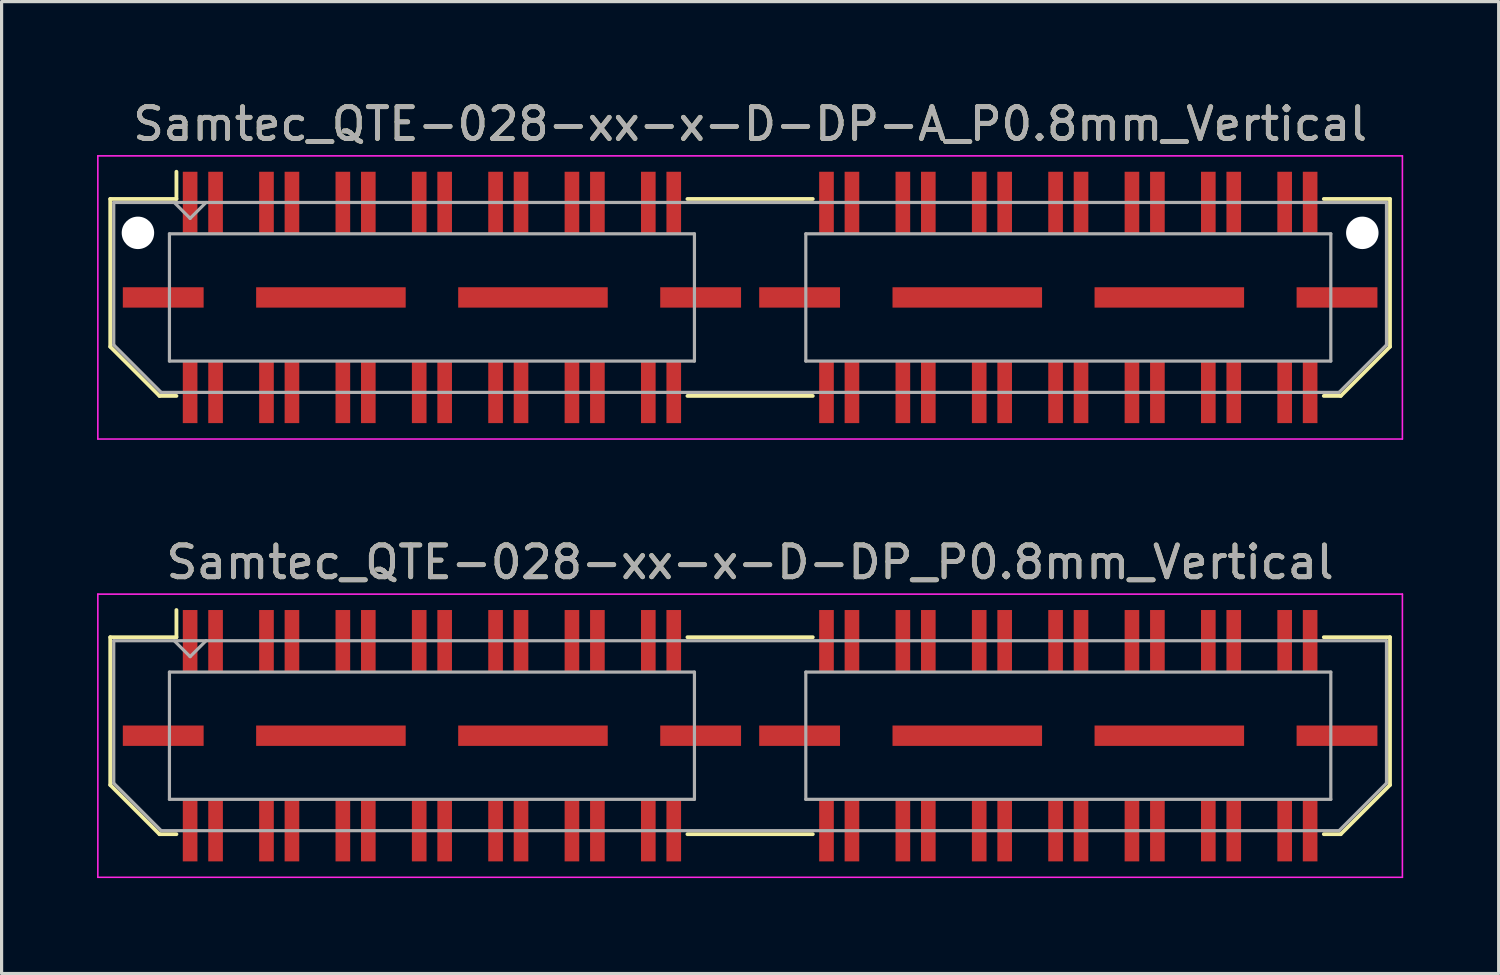
<source format=kicad_pcb>
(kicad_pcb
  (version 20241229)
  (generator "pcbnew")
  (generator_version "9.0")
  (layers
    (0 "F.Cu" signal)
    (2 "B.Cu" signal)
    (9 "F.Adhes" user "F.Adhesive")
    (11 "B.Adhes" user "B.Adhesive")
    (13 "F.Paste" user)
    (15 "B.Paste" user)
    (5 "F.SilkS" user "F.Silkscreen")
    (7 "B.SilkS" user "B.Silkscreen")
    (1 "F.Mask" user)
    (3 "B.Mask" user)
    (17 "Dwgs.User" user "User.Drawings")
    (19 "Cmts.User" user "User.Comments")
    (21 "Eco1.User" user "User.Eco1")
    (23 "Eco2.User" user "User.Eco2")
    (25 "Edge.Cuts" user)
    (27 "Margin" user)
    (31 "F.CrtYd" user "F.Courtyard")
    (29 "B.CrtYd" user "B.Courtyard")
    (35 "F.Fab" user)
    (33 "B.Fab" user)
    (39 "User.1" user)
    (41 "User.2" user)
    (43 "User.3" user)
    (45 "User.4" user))
  (footprint "Samtec_QTE-028-xx-x-D-DP_P0.8mm_Vertical"
    (layer "F.Cu")
    (at 20.525 20.072)
    (property "Reference" "Samtec_QTE-028-xx-x-D-DP_P0.8mm_Vertical" (at 0 -5.45 0) (layer "F.SilkS") (effects (font (size 1 1) (thickness 0.15))))
    (attr smd)
    (fp_line (start -20.11 -3.095) (end -20.11 1.548) (stroke (width 0.12) (type solid)) (layer "F.SilkS"))
    (fp_line (start -20.11 1.548) (end -18.562 3.095) (stroke (width 0.12) (type solid)) (layer "F.SilkS"))
    (fp_line (start -18.562 3.095) (end -18.03 3.095) (stroke (width 0.12) (type solid)) (layer "F.SilkS"))
    (fp_line (start -18.03 -3.95) (end -18.03 -3.095) (stroke (width 0.12) (type solid)) (layer "F.SilkS"))
    (fp_line (start -18.03 -3.095) (end -20.11 -3.095) (stroke (width 0.12) (type solid)) (layer "F.SilkS"))
    (fp_line (start -1.97 -3.095) (end 1.97 -3.095) (stroke (width 0.12) (type solid)) (layer "F.SilkS"))
    (fp_line (start -1.97 3.095) (end 1.97 3.095) (stroke (width 0.12) (type solid)) (layer "F.SilkS"))
    (fp_line (start 18.03 -3.095) (end 20.11 -3.095) (stroke (width 0.12) (type solid)) (layer "F.SilkS"))
    (fp_line (start 18.562 3.095) (end 18.03 3.095) (stroke (width 0.12) (type solid)) (layer "F.SilkS"))
    (fp_line (start 20.11 -3.095) (end 20.11 1.548) (stroke (width 0.12) (type solid)) (layer "F.SilkS"))
    (fp_line (start 20.11 1.548) (end 18.562 3.095) (stroke (width 0.12) (type solid)) (layer "F.SilkS"))
    (fp_line (start -20.5 -4.45) (end -20.5 4.45) (stroke (width 0.05) (type solid)) (layer "F.CrtYd"))
    (fp_line (start -20.5 4.45) (end 20.5 4.45) (stroke (width 0.05) (type solid)) (layer "F.CrtYd"))
    (fp_line (start 20.5 -4.45) (end -20.5 -4.45) (stroke (width 0.05) (type solid)) (layer "F.CrtYd"))
    (fp_line (start 20.5 4.45) (end 20.5 -4.45) (stroke (width 0.05) (type solid)) (layer "F.CrtYd"))
    (fp_line (start -20 -2.985) (end -20 1.492) (stroke (width 0.1) (type solid)) (layer "F.Fab"))
    (fp_line (start -20 -2.985) (end 20 -2.985) (stroke (width 0.1) (type solid)) (layer "F.Fab"))
    (fp_line (start -20 1.492) (end -18.508 2.985) (stroke (width 0.1) (type solid)) (layer "F.Fab"))
    (fp_line (start -18.508 2.985) (end 18.508 2.985) (stroke (width 0.1) (type solid)) (layer "F.Fab"))
    (fp_line (start -18.25 -2) (end -18.25 2) (stroke (width 0.1) (type solid)) (layer "F.Fab"))
    (fp_line (start -18.25 2) (end -1.75 2) (stroke (width 0.1) (type solid)) (layer "F.Fab"))
    (fp_line (start -17.6 -2.485) (end -18.1 -2.985) (stroke (width 0.1) (type solid)) (layer "F.Fab"))
    (fp_line (start -17.1 -2.985) (end -17.6 -2.485) (stroke (width 0.1) (type solid)) (layer "F.Fab"))
    (fp_line (start -1.75 -2) (end -18.25 -2) (stroke (width 0.1) (type solid)) (layer "F.Fab"))
    (fp_line (start -1.75 2) (end -1.75 -2) (stroke (width 0.1) (type solid)) (layer "F.Fab"))
    (fp_line (start 1.75 -2) (end 1.75 2) (stroke (width 0.1) (type solid)) (layer "F.Fab"))
    (fp_line (start 1.75 2) (end 18.25 2) (stroke (width 0.1) (type solid)) (layer "F.Fab"))
    (fp_line (start 18.25 -2) (end 1.75 -2) (stroke (width 0.1) (type solid)) (layer "F.Fab"))
    (fp_line (start 18.25 2) (end 18.25 -2) (stroke (width 0.1) (type solid)) (layer "F.Fab"))
    (fp_line (start 20 -2.985) (end 20 1.492) (stroke (width 0.1) (type solid)) (layer "F.Fab"))
    (fp_line (start 20 1.492) (end 18.508 2.985) (stroke (width 0.1) (type solid)) (layer "F.Fab"))
    (fp_text user "${REFERENCE}" (at 0 -5.45 0) (layer "F.Fab") (effects (font (size 1 1) (thickness 0.15))))
    (pad "1" smd rect (at -17.6 -2.98) (size 0.46 1.94) (layers "F.Cu" "F.Mask" "F.Paste"))
    (pad "2" smd rect (at -17.6 2.98) (size 0.46 1.94) (layers "F.Cu" "F.Mask" "F.Paste"))
    (pad "3" smd rect (at -16.8 -2.98) (size 0.46 1.94) (layers "F.Cu" "F.Mask" "F.Paste"))
    (pad "4" smd rect (at -16.8 2.98) (size 0.46 1.94) (layers "F.Cu" "F.Mask" "F.Paste"))
    (pad "5" smd rect (at -15.2 -2.98) (size 0.46 1.94) (layers "F.Cu" "F.Mask" "F.Paste"))
    (pad "6" smd rect (at -15.2 2.98) (size 0.46 1.94) (layers "F.Cu" "F.Mask" "F.Paste"))
    (pad "7" smd rect (at -14.4 -2.98) (size 0.46 1.94) (layers "F.Cu" "F.Mask" "F.Paste"))
    (pad "8" smd rect (at -14.4 2.98) (size 0.46 1.94) (layers "F.Cu" "F.Mask" "F.Paste"))
    (pad "9" smd rect (at -12.8 -2.98) (size 0.46 1.94) (layers "F.Cu" "F.Mask" "F.Paste"))
    (pad "10" smd rect (at -12.8 2.98) (size 0.46 1.94) (layers "F.Cu" "F.Mask" "F.Paste"))
    (pad "11" smd rect (at -12 -2.98) (size 0.46 1.94) (layers "F.Cu" "F.Mask" "F.Paste"))
    (pad "12" smd rect (at -12 2.98) (size 0.46 1.94) (layers "F.Cu" "F.Mask" "F.Paste"))
    (pad "13" smd rect (at -10.4 -2.98) (size 0.46 1.94) (layers "F.Cu" "F.Mask" "F.Paste"))
    (pad "14" smd rect (at -10.4 2.98) (size 0.46 1.94) (layers "F.Cu" "F.Mask" "F.Paste"))
    (pad "15" smd rect (at -9.6 -2.98) (size 0.46 1.94) (layers "F.Cu" "F.Mask" "F.Paste"))
    (pad "16" smd rect (at -9.6 2.98) (size 0.46 1.94) (layers "F.Cu" "F.Mask" "F.Paste"))
    (pad "17" smd rect (at -8 -2.98) (size 0.46 1.94) (layers "F.Cu" "F.Mask" "F.Paste"))
    (pad "18" smd rect (at -8 2.98) (size 0.46 1.94) (layers "F.Cu" "F.Mask" "F.Paste"))
    (pad "19" smd rect (at -7.2 -2.98) (size 0.46 1.94) (layers "F.Cu" "F.Mask" "F.Paste"))
    (pad "20" smd rect (at -7.2 2.98) (size 0.46 1.94) (layers "F.Cu" "F.Mask" "F.Paste"))
    (pad "21" smd rect (at -5.6 -2.98) (size 0.46 1.94) (layers "F.Cu" "F.Mask" "F.Paste"))
    (pad "22" smd rect (at -5.6 2.98) (size 0.46 1.94) (layers "F.Cu" "F.Mask" "F.Paste"))
    (pad "23" smd rect (at -4.8 -2.98) (size 0.46 1.94) (layers "F.Cu" "F.Mask" "F.Paste"))
    (pad "24" smd rect (at -4.8 2.98) (size 0.46 1.94) (layers "F.Cu" "F.Mask" "F.Paste"))
    (pad "25" smd rect (at -3.2 -2.98) (size 0.46 1.94) (layers "F.Cu" "F.Mask" "F.Paste"))
    (pad "26" smd rect (at -3.2 2.98) (size 0.46 1.94) (layers "F.Cu" "F.Mask" "F.Paste"))
    (pad "27" smd rect (at -2.4 -2.98) (size 0.46 1.94) (layers "F.Cu" "F.Mask" "F.Paste"))
    (pad "28" smd rect (at -2.4 2.98) (size 0.46 1.94) (layers "F.Cu" "F.Mask" "F.Paste"))
    (pad "29" smd rect (at 2.4 -2.98) (size 0.46 1.94) (layers "F.Cu" "F.Mask" "F.Paste"))
    (pad "30" smd rect (at 2.4 2.98) (size 0.46 1.94) (layers "F.Cu" "F.Mask" "F.Paste"))
    (pad "31" smd rect (at 3.2 -2.98) (size 0.46 1.94) (layers "F.Cu" "F.Mask" "F.Paste"))
    (pad "32" smd rect (at 3.2 2.98) (size 0.46 1.94) (layers "F.Cu" "F.Mask" "F.Paste"))
    (pad "33" smd rect (at 4.8 -2.98) (size 0.46 1.94) (layers "F.Cu" "F.Mask" "F.Paste"))
    (pad "34" smd rect (at 4.8 2.98) (size 0.46 1.94) (layers "F.Cu" "F.Mask" "F.Paste"))
    (pad "35" smd rect (at 5.6 -2.98) (size 0.46 1.94) (layers "F.Cu" "F.Mask" "F.Paste"))
    (pad "36" smd rect (at 5.6 2.98) (size 0.46 1.94) (layers "F.Cu" "F.Mask" "F.Paste"))
    (pad "37" smd rect (at 7.2 -2.98) (size 0.46 1.94) (layers "F.Cu" "F.Mask" "F.Paste"))
    (pad "38" smd rect (at 7.2 2.98) (size 0.46 1.94) (layers "F.Cu" "F.Mask" "F.Paste"))
    (pad "39" smd rect (at 8 -2.98) (size 0.46 1.94) (layers "F.Cu" "F.Mask" "F.Paste"))
    (pad "40" smd rect (at 8 2.98) (size 0.46 1.94) (layers "F.Cu" "F.Mask" "F.Paste"))
    (pad "41" smd rect (at 9.6 -2.98) (size 0.46 1.94) (layers "F.Cu" "F.Mask" "F.Paste"))
    (pad "42" smd rect (at 9.6 2.98) (size 0.46 1.94) (layers "F.Cu" "F.Mask" "F.Paste"))
    (pad "43" smd rect (at 10.4 -2.98) (size 0.46 1.94) (layers "F.Cu" "F.Mask" "F.Paste"))
    (pad "44" smd rect (at 10.4 2.98) (size 0.46 1.94) (layers "F.Cu" "F.Mask" "F.Paste"))
    (pad "45" smd rect (at 12 -2.98) (size 0.46 1.94) (layers "F.Cu" "F.Mask" "F.Paste"))
    (pad "46" smd rect (at 12 2.98) (size 0.46 1.94) (layers "F.Cu" "F.Mask" "F.Paste"))
    (pad "47" smd rect (at 12.8 -2.98) (size 0.46 1.94) (layers "F.Cu" "F.Mask" "F.Paste"))
    (pad "48" smd rect (at 12.8 2.98) (size 0.46 1.94) (layers "F.Cu" "F.Mask" "F.Paste"))
    (pad "49" smd rect (at 14.4 -2.98) (size 0.46 1.94) (layers "F.Cu" "F.Mask" "F.Paste"))
    (pad "50" smd rect (at 14.4 2.98) (size 0.46 1.94) (layers "F.Cu" "F.Mask" "F.Paste"))
    (pad "51" smd rect (at 15.2 -2.98) (size 0.46 1.94) (layers "F.Cu" "F.Mask" "F.Paste"))
    (pad "52" smd rect (at 15.2 2.98) (size 0.46 1.94) (layers "F.Cu" "F.Mask" "F.Paste"))
    (pad "53" smd rect (at 16.8 -2.98) (size 0.46 1.94) (layers "F.Cu" "F.Mask" "F.Paste"))
    (pad "54" smd rect (at 16.8 2.98) (size 0.46 1.94) (layers "F.Cu" "F.Mask" "F.Paste"))
    (pad "55" smd rect (at 17.6 -2.98) (size 0.46 1.94) (layers "F.Cu" "F.Mask" "F.Paste"))
    (pad "56" smd rect (at 17.6 2.98) (size 0.46 1.94) (layers "F.Cu" "F.Mask" "F.Paste"))
    (pad "P1" smd rect (at -18.445 0) (size 2.54 0.64) (layers "F.Cu" "F.Mask" "F.Paste"))
    (pad "P1" smd rect (at -13.175 0) (size 4.7 0.64) (layers "F.Cu" "F.Mask" "F.Paste"))
    (pad "P1" smd rect (at -6.825 0) (size 4.7 0.64) (layers "F.Cu" "F.Mask" "F.Paste"))
    (pad "P1" smd rect (at -1.555 0) (size 2.54 0.64) (layers "F.Cu" "F.Mask" "F.Paste"))
    (pad "P2" smd rect (at 1.555 0) (size 2.54 0.64) (layers "F.Cu" "F.Mask" "F.Paste"))
    (pad "P2" smd rect (at 6.825 0) (size 4.7 0.64) (layers "F.Cu" "F.Mask" "F.Paste"))
    (pad "P2" smd rect (at 13.175 0) (size 4.7 0.64) (layers "F.Cu" "F.Mask" "F.Paste"))
    (pad "P2" smd rect (at 18.445 0) (size 2.54 0.64) (layers "F.Cu" "F.Mask" "F.Paste")))
  (footprint "Samtec_QTE-028-xx-x-D-DP-A_P0.8mm_Vertical"
    (layer "F.Cu")
    (at 20.525 6.298)
    (property "Reference" "Samtec_QTE-028-xx-x-D-DP-A_P0.8mm_Vertical" (at 0 -5.45 0) (layer "F.SilkS") (effects (font (size 1 1) (thickness 0.15))))
    (attr smd)
    (fp_line (start -20.11 -3.095) (end -20.11 1.548) (stroke (width 0.12) (type solid)) (layer "F.SilkS"))
    (fp_line (start -20.11 1.548) (end -18.562 3.095) (stroke (width 0.12) (type solid)) (layer "F.SilkS"))
    (fp_line (start -18.562 3.095) (end -18.03 3.095) (stroke (width 0.12) (type solid)) (layer "F.SilkS"))
    (fp_line (start -18.03 -3.95) (end -18.03 -3.095) (stroke (width 0.12) (type solid)) (layer "F.SilkS"))
    (fp_line (start -18.03 -3.095) (end -20.11 -3.095) (stroke (width 0.12) (type solid)) (layer "F.SilkS"))
    (fp_line (start -1.97 -3.095) (end 1.97 -3.095) (stroke (width 0.12) (type solid)) (layer "F.SilkS"))
    (fp_line (start -1.97 3.095) (end 1.97 3.095) (stroke (width 0.12) (type solid)) (layer "F.SilkS"))
    (fp_line (start 18.03 -3.095) (end 20.11 -3.095) (stroke (width 0.12) (type solid)) (layer "F.SilkS"))
    (fp_line (start 18.562 3.095) (end 18.03 3.095) (stroke (width 0.12) (type solid)) (layer "F.SilkS"))
    (fp_line (start 20.11 -3.095) (end 20.11 1.548) (stroke (width 0.12) (type solid)) (layer "F.SilkS"))
    (fp_line (start 20.11 1.548) (end 18.562 3.095) (stroke (width 0.12) (type solid)) (layer "F.SilkS"))
    (fp_line (start -20.5 -4.45) (end -20.5 4.45) (stroke (width 0.05) (type solid)) (layer "F.CrtYd"))
    (fp_line (start -20.5 4.45) (end 20.5 4.45) (stroke (width 0.05) (type solid)) (layer "F.CrtYd"))
    (fp_line (start 20.5 -4.45) (end -20.5 -4.45) (stroke (width 0.05) (type solid)) (layer "F.CrtYd"))
    (fp_line (start 20.5 4.45) (end 20.5 -4.45) (stroke (width 0.05) (type solid)) (layer "F.CrtYd"))
    (fp_line (start -20 -2.985) (end -20 1.492) (stroke (width 0.1) (type solid)) (layer "F.Fab"))
    (fp_line (start -20 -2.985) (end 20 -2.985) (stroke (width 0.1) (type solid)) (layer "F.Fab"))
    (fp_line (start -20 1.492) (end -18.508 2.985) (stroke (width 0.1) (type solid)) (layer "F.Fab"))
    (fp_line (start -18.508 2.985) (end 18.508 2.985) (stroke (width 0.1) (type solid)) (layer "F.Fab"))
    (fp_line (start -18.25 -2) (end -18.25 2) (stroke (width 0.1) (type solid)) (layer "F.Fab"))
    (fp_line (start -18.25 2) (end -1.75 2) (stroke (width 0.1) (type solid)) (layer "F.Fab"))
    (fp_line (start -17.6 -2.485) (end -18.1 -2.985) (stroke (width 0.1) (type solid)) (layer "F.Fab"))
    (fp_line (start -17.1 -2.985) (end -17.6 -2.485) (stroke (width 0.1) (type solid)) (layer "F.Fab"))
    (fp_line (start -1.75 -2) (end -18.25 -2) (stroke (width 0.1) (type solid)) (layer "F.Fab"))
    (fp_line (start -1.75 2) (end -1.75 -2) (stroke (width 0.1) (type solid)) (layer "F.Fab"))
    (fp_line (start 1.75 -2) (end 1.75 2) (stroke (width 0.1) (type solid)) (layer "F.Fab"))
    (fp_line (start 1.75 2) (end 18.25 2) (stroke (width 0.1) (type solid)) (layer "F.Fab"))
    (fp_line (start 18.25 -2) (end 1.75 -2) (stroke (width 0.1) (type solid)) (layer "F.Fab"))
    (fp_line (start 18.25 2) (end 18.25 -2) (stroke (width 0.1) (type solid)) (layer "F.Fab"))
    (fp_line (start 20 -2.985) (end 20 1.492) (stroke (width 0.1) (type solid)) (layer "F.Fab"))
    (fp_line (start 20 1.492) (end 18.508 2.985) (stroke (width 0.1) (type solid)) (layer "F.Fab"))
    (fp_text user "${REFERENCE}" (at 0 -5.45 0) (layer "F.Fab") (effects (font (size 1 1) (thickness 0.15))))
    (pad "" np_thru_hole circle (at -19.24 -2.03) (size 1.02 1.02) (drill 1.02) (layers "*.Cu" "*.Mask"))
    (pad "" np_thru_hole circle (at 19.24 -2.03) (size 1.02 1.02) (drill 1.02) (layers "*.Cu" "*.Mask"))
    (pad "1" smd rect (at -17.6 -2.98) (size 0.46 1.94) (layers "F.Cu" "F.Mask" "F.Paste"))
    (pad "2" smd rect (at -17.6 2.98) (size 0.46 1.94) (layers "F.Cu" "F.Mask" "F.Paste"))
    (pad "3" smd rect (at -16.8 -2.98) (size 0.46 1.94) (layers "F.Cu" "F.Mask" "F.Paste"))
    (pad "4" smd rect (at -16.8 2.98) (size 0.46 1.94) (layers "F.Cu" "F.Mask" "F.Paste"))
    (pad "5" smd rect (at -15.2 -2.98) (size 0.46 1.94) (layers "F.Cu" "F.Mask" "F.Paste"))
    (pad "6" smd rect (at -15.2 2.98) (size 0.46 1.94) (layers "F.Cu" "F.Mask" "F.Paste"))
    (pad "7" smd rect (at -14.4 -2.98) (size 0.46 1.94) (layers "F.Cu" "F.Mask" "F.Paste"))
    (pad "8" smd rect (at -14.4 2.98) (size 0.46 1.94) (layers "F.Cu" "F.Mask" "F.Paste"))
    (pad "9" smd rect (at -12.8 -2.98) (size 0.46 1.94) (layers "F.Cu" "F.Mask" "F.Paste"))
    (pad "10" smd rect (at -12.8 2.98) (size 0.46 1.94) (layers "F.Cu" "F.Mask" "F.Paste"))
    (pad "11" smd rect (at -12 -2.98) (size 0.46 1.94) (layers "F.Cu" "F.Mask" "F.Paste"))
    (pad "12" smd rect (at -12 2.98) (size 0.46 1.94) (layers "F.Cu" "F.Mask" "F.Paste"))
    (pad "13" smd rect (at -10.4 -2.98) (size 0.46 1.94) (layers "F.Cu" "F.Mask" "F.Paste"))
    (pad "14" smd rect (at -10.4 2.98) (size 0.46 1.94) (layers "F.Cu" "F.Mask" "F.Paste"))
    (pad "15" smd rect (at -9.6 -2.98) (size 0.46 1.94) (layers "F.Cu" "F.Mask" "F.Paste"))
    (pad "16" smd rect (at -9.6 2.98) (size 0.46 1.94) (layers "F.Cu" "F.Mask" "F.Paste"))
    (pad "17" smd rect (at -8 -2.98) (size 0.46 1.94) (layers "F.Cu" "F.Mask" "F.Paste"))
    (pad "18" smd rect (at -8 2.98) (size 0.46 1.94) (layers "F.Cu" "F.Mask" "F.Paste"))
    (pad "19" smd rect (at -7.2 -2.98) (size 0.46 1.94) (layers "F.Cu" "F.Mask" "F.Paste"))
    (pad "20" smd rect (at -7.2 2.98) (size 0.46 1.94) (layers "F.Cu" "F.Mask" "F.Paste"))
    (pad "21" smd rect (at -5.6 -2.98) (size 0.46 1.94) (layers "F.Cu" "F.Mask" "F.Paste"))
    (pad "22" smd rect (at -5.6 2.98) (size 0.46 1.94) (layers "F.Cu" "F.Mask" "F.Paste"))
    (pad "23" smd rect (at -4.8 -2.98) (size 0.46 1.94) (layers "F.Cu" "F.Mask" "F.Paste"))
    (pad "24" smd rect (at -4.8 2.98) (size 0.46 1.94) (layers "F.Cu" "F.Mask" "F.Paste"))
    (pad "25" smd rect (at -3.2 -2.98) (size 0.46 1.94) (layers "F.Cu" "F.Mask" "F.Paste"))
    (pad "26" smd rect (at -3.2 2.98) (size 0.46 1.94) (layers "F.Cu" "F.Mask" "F.Paste"))
    (pad "27" smd rect (at -2.4 -2.98) (size 0.46 1.94) (layers "F.Cu" "F.Mask" "F.Paste"))
    (pad "28" smd rect (at -2.4 2.98) (size 0.46 1.94) (layers "F.Cu" "F.Mask" "F.Paste"))
    (pad "29" smd rect (at 2.4 -2.98) (size 0.46 1.94) (layers "F.Cu" "F.Mask" "F.Paste"))
    (pad "30" smd rect (at 2.4 2.98) (size 0.46 1.94) (layers "F.Cu" "F.Mask" "F.Paste"))
    (pad "31" smd rect (at 3.2 -2.98) (size 0.46 1.94) (layers "F.Cu" "F.Mask" "F.Paste"))
    (pad "32" smd rect (at 3.2 2.98) (size 0.46 1.94) (layers "F.Cu" "F.Mask" "F.Paste"))
    (pad "33" smd rect (at 4.8 -2.98) (size 0.46 1.94) (layers "F.Cu" "F.Mask" "F.Paste"))
    (pad "34" smd rect (at 4.8 2.98) (size 0.46 1.94) (layers "F.Cu" "F.Mask" "F.Paste"))
    (pad "35" smd rect (at 5.6 -2.98) (size 0.46 1.94) (layers "F.Cu" "F.Mask" "F.Paste"))
    (pad "36" smd rect (at 5.6 2.98) (size 0.46 1.94) (layers "F.Cu" "F.Mask" "F.Paste"))
    (pad "37" smd rect (at 7.2 -2.98) (size 0.46 1.94) (layers "F.Cu" "F.Mask" "F.Paste"))
    (pad "38" smd rect (at 7.2 2.98) (size 0.46 1.94) (layers "F.Cu" "F.Mask" "F.Paste"))
    (pad "39" smd rect (at 8 -2.98) (size 0.46 1.94) (layers "F.Cu" "F.Mask" "F.Paste"))
    (pad "40" smd rect (at 8 2.98) (size 0.46 1.94) (layers "F.Cu" "F.Mask" "F.Paste"))
    (pad "41" smd rect (at 9.6 -2.98) (size 0.46 1.94) (layers "F.Cu" "F.Mask" "F.Paste"))
    (pad "42" smd rect (at 9.6 2.98) (size 0.46 1.94) (layers "F.Cu" "F.Mask" "F.Paste"))
    (pad "43" smd rect (at 10.4 -2.98) (size 0.46 1.94) (layers "F.Cu" "F.Mask" "F.Paste"))
    (pad "44" smd rect (at 10.4 2.98) (size 0.46 1.94) (layers "F.Cu" "F.Mask" "F.Paste"))
    (pad "45" smd rect (at 12 -2.98) (size 0.46 1.94) (layers "F.Cu" "F.Mask" "F.Paste"))
    (pad "46" smd rect (at 12 2.98) (size 0.46 1.94) (layers "F.Cu" "F.Mask" "F.Paste"))
    (pad "47" smd rect (at 12.8 -2.98) (size 0.46 1.94) (layers "F.Cu" "F.Mask" "F.Paste"))
    (pad "48" smd rect (at 12.8 2.98) (size 0.46 1.94) (layers "F.Cu" "F.Mask" "F.Paste"))
    (pad "49" smd rect (at 14.4 -2.98) (size 0.46 1.94) (layers "F.Cu" "F.Mask" "F.Paste"))
    (pad "50" smd rect (at 14.4 2.98) (size 0.46 1.94) (layers "F.Cu" "F.Mask" "F.Paste"))
    (pad "51" smd rect (at 15.2 -2.98) (size 0.46 1.94) (layers "F.Cu" "F.Mask" "F.Paste"))
    (pad "52" smd rect (at 15.2 2.98) (size 0.46 1.94) (layers "F.Cu" "F.Mask" "F.Paste"))
    (pad "53" smd rect (at 16.8 -2.98) (size 0.46 1.94) (layers "F.Cu" "F.Mask" "F.Paste"))
    (pad "54" smd rect (at 16.8 2.98) (size 0.46 1.94) (layers "F.Cu" "F.Mask" "F.Paste"))
    (pad "55" smd rect (at 17.6 -2.98) (size 0.46 1.94) (layers "F.Cu" "F.Mask" "F.Paste"))
    (pad "56" smd rect (at 17.6 2.98) (size 0.46 1.94) (layers "F.Cu" "F.Mask" "F.Paste"))
    (pad "P1" smd rect (at -18.445 0) (size 2.54 0.64) (layers "F.Cu" "F.Mask" "F.Paste"))
    (pad "P1" smd rect (at -13.175 0) (size 4.7 0.64) (layers "F.Cu" "F.Mask" "F.Paste"))
    (pad "P1" smd rect (at -6.825 0) (size 4.7 0.64) (layers "F.Cu" "F.Mask" "F.Paste"))
    (pad "P1" smd rect (at -1.555 0) (size 2.54 0.64) (layers "F.Cu" "F.Mask" "F.Paste"))
    (pad "P2" smd rect (at 1.555 0) (size 2.54 0.64) (layers "F.Cu" "F.Mask" "F.Paste"))
    (pad "P2" smd rect (at 6.825 0) (size 4.7 0.64) (layers "F.Cu" "F.Mask" "F.Paste"))
    (pad "P2" smd rect (at 13.175 0) (size 4.7 0.64) (layers "F.Cu" "F.Mask" "F.Paste"))
    (pad "P2" smd rect (at 18.445 0) (size 2.54 0.64) (layers "F.Cu" "F.Mask" "F.Paste")))
  (gr_rect
    (start -3 -3)
    (end 44.05 27.547)
    (stroke (width 0.1) (type default))
    (fill no)
    (layer "Edge.Cuts")))
</source>
